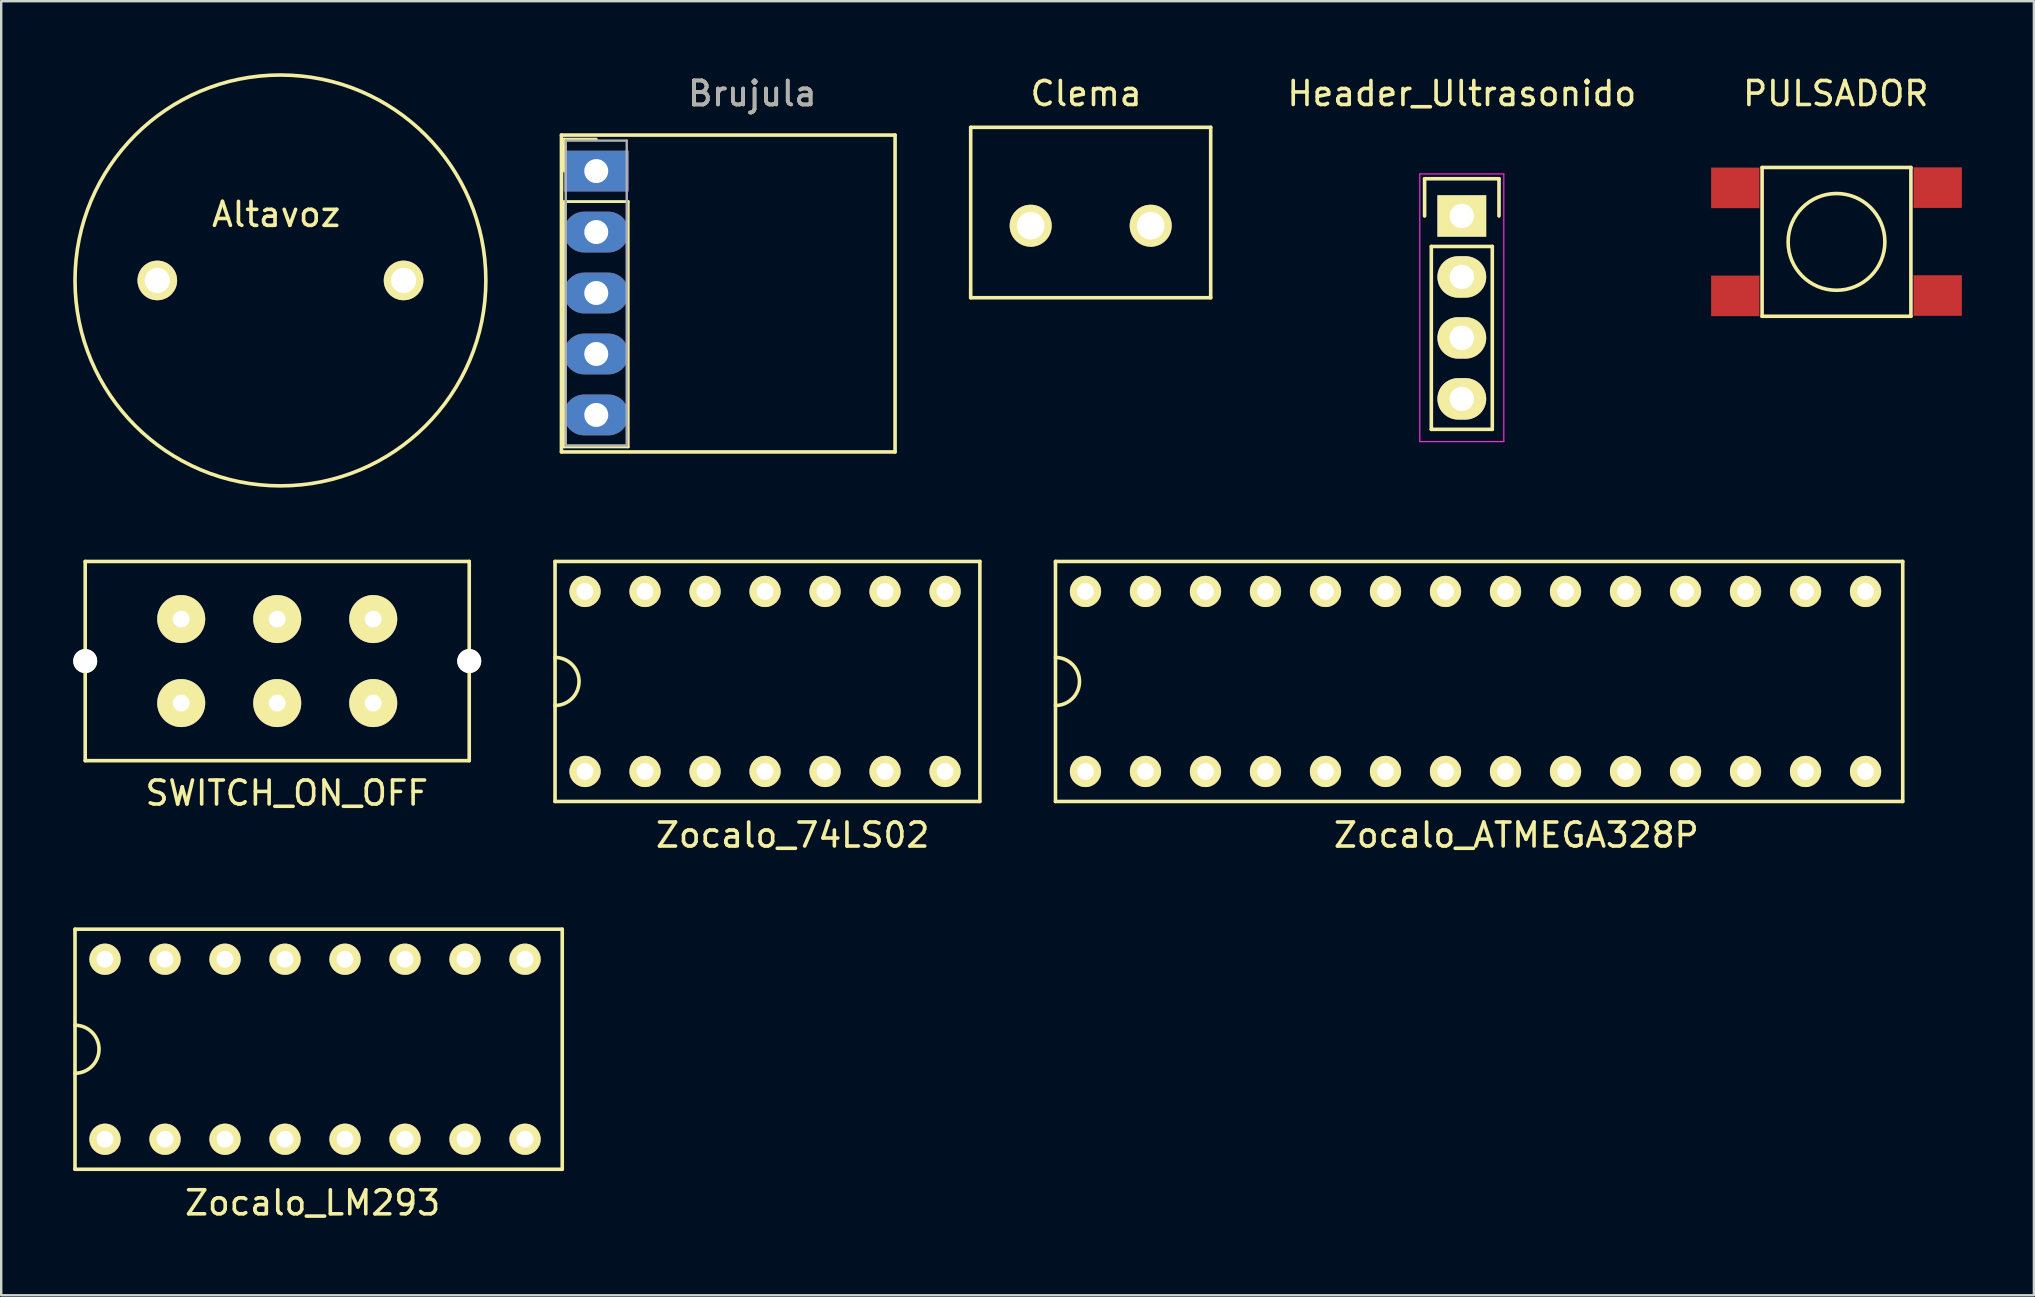
<source format=kicad_pcb>
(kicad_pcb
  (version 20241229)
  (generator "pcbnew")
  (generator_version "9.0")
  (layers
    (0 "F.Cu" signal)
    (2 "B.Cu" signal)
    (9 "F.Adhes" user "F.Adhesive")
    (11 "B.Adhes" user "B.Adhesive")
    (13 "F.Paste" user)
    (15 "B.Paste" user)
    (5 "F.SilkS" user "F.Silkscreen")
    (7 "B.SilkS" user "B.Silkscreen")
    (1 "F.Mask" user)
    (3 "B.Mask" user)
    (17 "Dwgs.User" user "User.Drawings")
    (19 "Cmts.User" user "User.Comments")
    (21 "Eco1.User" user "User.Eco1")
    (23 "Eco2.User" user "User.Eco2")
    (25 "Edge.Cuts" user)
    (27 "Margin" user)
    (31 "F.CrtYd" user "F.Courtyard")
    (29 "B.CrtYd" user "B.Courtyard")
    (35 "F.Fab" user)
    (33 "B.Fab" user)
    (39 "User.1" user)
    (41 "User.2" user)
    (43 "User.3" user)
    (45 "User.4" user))
  (footprint "Brujula"
    (layer "F.Cu")
    (at 27.292 9.178)
    (property "Reference" "Brujula" (at 1 -8.33 0) (layer "F.SilkS") (effects (font (size 1 1) (thickness 0.15))))
    (attr through_hole)
    (fp_line (start -6.95 -6.6) (end -6.95 6.6) (stroke (width 0.15) (type solid)) (layer "F.SilkS"))
    (fp_line (start -6.83 -6.43) (end -5.5 -6.43) (stroke (width 0.12) (type solid)) (layer "F.SilkS"))
    (fp_line (start -6.83 -5.1) (end -6.83 -6.43) (stroke (width 0.12) (type solid)) (layer "F.SilkS"))
    (fp_line (start -6.83 -3.83) (end -6.83 6.39) (stroke (width 0.12) (type solid)) (layer "F.SilkS"))
    (fp_line (start -6.83 6.39) (end -4.17 6.39) (stroke (width 0.12) (type solid)) (layer "F.SilkS"))
    (fp_line (start -4.17 -3.83) (end -6.83 -3.83) (stroke (width 0.12) (type solid)) (layer "F.SilkS"))
    (fp_line (start -4.17 6.39) (end -4.17 -3.83) (stroke (width 0.12) (type solid)) (layer "F.SilkS"))
    (fp_line (start 6.95 -6.6) (end -6.95 -6.6) (stroke (width 0.15) (type solid)) (layer "F.SilkS"))
    (fp_line (start 6.95 -6.6) (end 6.95 6.6) (stroke (width 0.15) (type solid)) (layer "F.SilkS"))
    (fp_line (start 6.95 6.6) (end -6.95 6.6) (stroke (width 0.15) (type solid)) (layer "F.SilkS"))
    (fp_line (start -6.77 -6.37) (end -6.77 6.33) (stroke (width 0.1) (type solid)) (layer "F.Fab"))
    (fp_line (start -6.77 6.33) (end -4.23 6.33) (stroke (width 0.1) (type solid)) (layer "F.Fab"))
    (fp_line (start -4.23 -6.37) (end -6.77 -6.37) (stroke (width 0.1) (type solid)) (layer "F.Fab"))
    (fp_line (start -4.23 6.33) (end -4.23 -6.37) (stroke (width 0.1) (type solid)) (layer "F.Fab"))
    (fp_text user "${REFERENCE}" (at 1 -8.33 0) (layer "F.Fab") (effects (font (size 1 1) (thickness 0.15))))
    (pad "1" thru_hole oval (at -5.5 5.06) (size 2.7 1.7) (drill 1) (layers "*.Cu" "*.Mask"))
    (pad "2" thru_hole oval (at -5.5 2.52) (size 2.7 1.7) (drill 1) (layers "*.Cu" "*.Mask"))
    (pad "3" thru_hole oval (at -5.5 -0.02) (size 2.7 1.7) (drill 1) (layers "*.Cu" "*.Mask"))
    (pad "4" thru_hole oval (at -5.5 -2.56) (size 2.7 1.7) (drill 1) (layers "*.Cu" "*.Mask"))
    (pad "5" thru_hole rect (at -5.5 -5.1) (size 2.7 1.7) (drill 1) (layers "*.Cu" "*.Mask")))
  (footprint "Zocalo_ATMEGA328P"
    (layer "F.Cu")
    (at 58.425 25.342)
    (property "Reference" "Zocalo_ATMEGA328P" (at 1.7 6.4 0) (layer "F.SilkS") (effects (font (size 1 1) (thickness 0.15))))
    (attr through_hole)
    (fp_line (start -17.5 -5) (end -17.5 5) (stroke (width 0.15) (type solid)) (layer "F.SilkS"))
    (fp_line (start -17.5 -5) (end 17.8 -5) (stroke (width 0.15) (type solid)) (layer "F.SilkS"))
    (fp_line (start -17.5 5) (end 17.8 5) (stroke (width 0.15) (type solid)) (layer "F.SilkS"))
    (fp_line (start 17.8 5) (end 17.8 -5) (stroke (width 0.15) (type solid)) (layer "F.SilkS"))
    (fp_arc (start -17.5 -1) (mid -16.5 0) (end -17.5 1) (stroke (width 0.15) (type solid)) (layer "F.SilkS"))
    (pad "1" thru_hole circle (at -16.25 3.75) (size 1.3 1.3) (drill 0.7) (layers "*.Cu" "*.Mask" "F.SilkS"))
    (pad "2" thru_hole circle (at -13.75 3.75) (size 1.3 1.3) (drill 0.7) (layers "*.Cu" "*.Mask" "F.SilkS"))
    (pad "3" thru_hole circle (at -11.25 3.75) (size 1.3 1.3) (drill 0.7) (layers "*.Cu" "*.Mask" "F.SilkS"))
    (pad "4" thru_hole circle (at -8.75 3.75) (size 1.3 1.3) (drill 0.7) (layers "*.Cu" "*.Mask" "F.SilkS"))
    (pad "5" thru_hole circle (at -6.25 3.75) (size 1.3 1.3) (drill 0.7) (layers "*.Cu" "*.Mask" "F.SilkS"))
    (pad "6" thru_hole circle (at -3.75 3.75) (size 1.3 1.3) (drill 0.7) (layers "*.Cu" "*.Mask" "F.SilkS"))
    (pad "7" thru_hole circle (at -1.25 3.75) (size 1.3 1.3) (drill 0.7) (layers "*.Cu" "*.Mask" "F.SilkS"))
    (pad "8" thru_hole circle (at 1.25 3.75) (size 1.3 1.3) (drill 0.7) (layers "*.Cu" "*.Mask" "F.SilkS"))
    (pad "9" thru_hole circle (at 3.75 3.75) (size 1.3 1.3) (drill 0.7) (layers "*.Cu" "*.Mask" "F.SilkS"))
    (pad "10" thru_hole circle (at 6.25 3.75) (size 1.3 1.3) (drill 0.7) (layers "*.Cu" "*.Mask" "F.SilkS"))
    (pad "11" thru_hole circle (at 8.75 3.75) (size 1.3 1.3) (drill 0.7) (layers "*.Cu" "*.Mask" "F.SilkS"))
    (pad "12" thru_hole circle (at 11.25 3.75) (size 1.3 1.3) (drill 0.7) (layers "*.Cu" "*.Mask" "F.SilkS"))
    (pad "13" thru_hole circle (at 13.75 3.75) (size 1.3 1.3) (drill 0.7) (layers "*.Cu" "*.Mask" "F.SilkS"))
    (pad "14" thru_hole circle (at 16.25 3.75) (size 1.3 1.3) (drill 0.7) (layers "*.Cu" "*.Mask" "F.SilkS"))
    (pad "15" thru_hole circle (at 16.25 -3.75) (size 1.3 1.3) (drill 0.7) (layers "*.Cu" "*.Mask" "F.SilkS"))
    (pad "16" thru_hole circle (at 13.75 -3.75) (size 1.3 1.3) (drill 0.7) (layers "*.Cu" "*.Mask" "F.SilkS"))
    (pad "17" thru_hole circle (at 11.25 -3.75) (size 1.3 1.3) (drill 0.7) (layers "*.Cu" "*.Mask" "F.SilkS"))
    (pad "18" thru_hole circle (at 8.75 -3.75) (size 1.3 1.3) (drill 0.7) (layers "*.Cu" "*.Mask" "F.SilkS"))
    (pad "19" thru_hole circle (at 6.25 -3.75) (size 1.3 1.3) (drill 0.7) (layers "*.Cu" "*.Mask" "F.SilkS"))
    (pad "20" thru_hole circle (at 3.75 -3.75) (size 1.3 1.3) (drill 0.7) (layers "*.Cu" "*.Mask" "F.SilkS"))
    (pad "21" thru_hole circle (at 1.25 -3.75) (size 1.3 1.3) (drill 0.7) (layers "*.Cu" "*.Mask" "F.SilkS"))
    (pad "22" thru_hole circle (at -1.25 -3.75) (size 1.3 1.3) (drill 0.7) (layers "*.Cu" "*.Mask" "F.SilkS"))
    (pad "23" thru_hole circle (at -3.75 -3.75) (size 1.3 1.3) (drill 0.7) (layers "*.Cu" "*.Mask" "F.SilkS"))
    (pad "24" thru_hole circle (at -6.25 -3.75) (size 1.3 1.3) (drill 0.7) (layers "*.Cu" "*.Mask" "F.SilkS"))
    (pad "25" thru_hole circle (at -8.75 -3.75) (size 1.3 1.3) (drill 0.7) (layers "*.Cu" "*.Mask" "F.SilkS"))
    (pad "26" thru_hole circle (at -11.25 -3.75) (size 1.3 1.3) (drill 0.7) (layers "*.Cu" "*.Mask" "F.SilkS"))
    (pad "27" thru_hole circle (at -13.75 -3.75) (size 1.3 1.3) (drill 0.7) (layers "*.Cu" "*.Mask" "F.SilkS"))
    (pad "28" thru_hole circle (at -16.25 -3.75) (size 1.3 1.3) (drill 0.7) (layers "*.Cu" "*.Mask" "F.SilkS")))
  (footprint "Clema"
    (layer "F.Cu")
    (at 42.392 6.355)
    (property "Reference" "Clema" (at -0.191 -5.507 0) (layer "F.SilkS") (effects (font (size 1 1) (thickness 0.15))))
    (attr through_hole)
    (fp_line (start -5 -4.1) (end -5 3) (stroke (width 0.15) (type solid)) (layer "F.SilkS"))
    (fp_line (start -5 -4.1) (end 5 -4.1) (stroke (width 0.15) (type solid)) (layer "F.SilkS"))
    (fp_line (start -5 3) (end 5 3) (stroke (width 0.15) (type solid)) (layer "F.SilkS"))
    (fp_line (start 5 -4.1) (end 5 3) (stroke (width 0.15) (type solid)) (layer "F.SilkS"))
    (pad "1" thru_hole circle (at -2.5 0) (size 1.75 1.75) (drill 1.15) (layers "*.Cu" "*.Mask" "F.SilkS"))
    (pad "2" thru_hole circle (at 2.5 0) (size 1.75 1.75) (drill 1.15) (layers "*.Cu" "*.Mask" "F.SilkS")))
  (footprint "Zocalo_74LS02"
    (layer "F.Cu")
    (at 25.075 25.342)
    (property "Reference" "Zocalo_74LS02" (at 4.9 6.4 0) (layer "F.SilkS") (effects (font (size 1 1) (thickness 0.15))))
    (attr through_hole)
    (fp_line (start -5 -5) (end -5 5) (stroke (width 0.15) (type solid)) (layer "F.SilkS"))
    (fp_line (start -5 -5) (end 12.7 -5) (stroke (width 0.15) (type solid)) (layer "F.SilkS"))
    (fp_line (start -5 5) (end 12.7 5) (stroke (width 0.15) (type solid)) (layer "F.SilkS"))
    (fp_line (start 12.7 5) (end 12.7 -5) (stroke (width 0.15) (type solid)) (layer "F.SilkS"))
    (fp_arc (start -5 -1) (mid -4 0) (end -5 1) (stroke (width 0.15) (type solid)) (layer "F.SilkS"))
    (pad "1" thru_hole circle (at -3.75 3.75) (size 1.3 1.3) (drill 0.7) (layers "*.Cu" "*.Mask" "F.SilkS"))
    (pad "2" thru_hole circle (at -1.25 3.75) (size 1.3 1.3) (drill 0.7) (layers "*.Cu" "*.Mask" "F.SilkS"))
    (pad "3" thru_hole circle (at 1.25 3.75) (size 1.3 1.3) (drill 0.7) (layers "*.Cu" "*.Mask" "F.SilkS"))
    (pad "4" thru_hole circle (at 3.75 3.75) (size 1.3 1.3) (drill 0.7) (layers "*.Cu" "*.Mask" "F.SilkS"))
    (pad "5" thru_hole circle (at 6.25 3.75) (size 1.3 1.3) (drill 0.7) (layers "*.Cu" "*.Mask" "F.SilkS"))
    (pad "6" thru_hole circle (at 8.75 3.75) (size 1.3 1.3) (drill 0.7) (layers "*.Cu" "*.Mask" "F.SilkS"))
    (pad "7" thru_hole circle (at 11.25 3.75) (size 1.3 1.3) (drill 0.7) (layers "*.Cu" "*.Mask" "F.SilkS"))
    (pad "8" thru_hole circle (at 11.25 -3.75) (size 1.3 1.3) (drill 0.7) (layers "*.Cu" "*.Mask" "F.SilkS"))
    (pad "9" thru_hole circle (at 8.75 -3.75) (size 1.3 1.3) (drill 0.7) (layers "*.Cu" "*.Mask" "F.SilkS"))
    (pad "10" thru_hole circle (at 6.25 -3.75) (size 1.3 1.3) (drill 0.7) (layers "*.Cu" "*.Mask" "F.SilkS"))
    (pad "11" thru_hole circle (at 3.75 -3.75) (size 1.3 1.3) (drill 0.7) (layers "*.Cu" "*.Mask" "F.SilkS"))
    (pad "12" thru_hole circle (at 1.25 -3.75) (size 1.3 1.3) (drill 0.7) (layers "*.Cu" "*.Mask" "F.SilkS"))
    (pad "13" thru_hole circle (at -1.25 -3.75) (size 1.3 1.3) (drill 0.7) (layers "*.Cu" "*.Mask" "F.SilkS"))
    (pad "14" thru_hole circle (at -3.75 -3.75) (size 1.3 1.3) (drill 0.7) (layers "*.Cu" "*.Mask" "F.SilkS")))
  (footprint "Header_Ultrasonido"
    (layer "F.Cu")
    (at 57.854 9.748)
    (property "Reference" "Header_Ultrasonido" (at 0 -8.9 0) (layer "F.SilkS") (effects (font (size 1 1) (thickness 0.15))))
    (attr through_hole)
    (fp_line (start -1.55 -5.35) (end 1.55 -5.35) (stroke (width 0.15) (type solid)) (layer "F.SilkS"))
    (fp_line (start -1.55 -3.8) (end -1.55 -5.35) (stroke (width 0.15) (type solid)) (layer "F.SilkS"))
    (fp_line (start -1.27 -2.53) (end -1.27 5.09) (stroke (width 0.15) (type solid)) (layer "F.SilkS"))
    (fp_line (start -1.27 5.09) (end 1.27 5.09) (stroke (width 0.15) (type solid)) (layer "F.SilkS"))
    (fp_line (start 1.27 -2.53) (end -1.27 -2.53) (stroke (width 0.15) (type solid)) (layer "F.SilkS"))
    (fp_line (start 1.27 -2.53) (end 1.27 5.09) (stroke (width 0.15) (type solid)) (layer "F.SilkS"))
    (fp_line (start 1.55 -5.35) (end 1.55 -3.8) (stroke (width 0.15) (type solid)) (layer "F.SilkS"))
    (fp_line (start -1.75 -5.55) (end -1.75 5.6) (stroke (width 0.05) (type solid)) (layer "F.CrtYd"))
    (fp_line (start -1.75 -5.55) (end 1.75 -5.55) (stroke (width 0.05) (type solid)) (layer "F.CrtYd"))
    (fp_line (start -1.75 5.6) (end 1.75 5.6) (stroke (width 0.05) (type solid)) (layer "F.CrtYd"))
    (fp_line (start 1.75 -5.55) (end 1.75 5.6) (stroke (width 0.05) (type solid)) (layer "F.CrtYd"))
    (pad "1" thru_hole oval (at 0 3.82) (size 2.032 1.727) (drill 1.016) (layers "*.Cu" "*.Mask" "F.SilkS"))
    (pad "2" thru_hole oval (at 0 1.28) (size 2.032 1.727) (drill 1.016) (layers "*.Cu" "*.Mask" "F.SilkS"))
    (pad "3" thru_hole oval (at 0 -1.26) (size 2.032 1.727) (drill 1.016) (layers "*.Cu" "*.Mask" "F.SilkS"))
    (pad "4" thru_hole rect (at 0 -3.8) (size 2.032 1.727) (drill 1.016) (layers "*.Cu" "*.Mask" "F.SilkS")))
  (footprint "SWITCH_ON_OFF"
    (layer "F.Cu")
    (at 8.5 24.492)
    (property "Reference" "SWITCH_ON_OFF" (at 0.4 5.5 0) (layer "F.SilkS") (effects (font (size 1 1) (thickness 0.15))))
    (attr through_hole)
    (fp_line (start -8 -4.15) (end -8 4.15) (stroke (width 0.15) (type solid)) (layer "F.SilkS"))
    (fp_line (start -8 -4.15) (end 8 -4.15) (stroke (width 0.15) (type solid)) (layer "F.SilkS"))
    (fp_line (start -8 4.15) (end 8 4.15) (stroke (width 0.15) (type solid)) (layer "F.SilkS"))
    (fp_line (start 8 -4.15) (end 8 4.15) (stroke (width 0.15) (type solid)) (layer "F.SilkS"))
    (pad "" np_thru_hole circle (at -8 0) (size 1 1) (drill 1) (layers "*.Cu" "*.Mask" "F.SilkS"))
    (pad "" np_thru_hole circle (at 8 0) (size 1 1) (drill 1) (layers "*.Cu" "*.Mask" "F.SilkS"))
    (pad "1" thru_hole circle (at -4 -1.75) (size 2 2) (drill 0.7) (layers "*.Cu" "*.Mask" "F.SilkS"))
    (pad "2" thru_hole circle (at -4 1.75) (size 2 2) (drill 0.7) (layers "*.Cu" "*.Mask" "F.SilkS"))
    (pad "3" thru_hole circle (at 0 -1.75) (size 2 2) (drill 0.7) (layers "*.Cu" "*.Mask" "F.SilkS"))
    (pad "4" thru_hole circle (at 0 1.75) (size 2 2) (drill 0.7) (layers "*.Cu" "*.Mask" "F.SilkS"))
    (pad "5" thru_hole circle (at 4 -1.75) (size 2 2) (drill 0.7) (layers "*.Cu" "*.Mask" "F.SilkS"))
    (pad "6" thru_hole circle (at 4 1.75) (size 2 2) (drill 0.7) (layers "*.Cu" "*.Mask" "F.SilkS")))
  (footprint "Altavoz"
    (layer "F.Cu")
    (at 8.634 8.634)
    (property "Reference" "Altavoz" (at -0.178 -2.751 0) (layer "F.SilkS") (effects (font (size 1 1) (thickness 0.15))))
    (attr through_hole)
    (fp_circle (center 0 0) (end 8.5 1) (stroke (width 0.15) (type solid)) (fill no) (layer "F.SilkS"))
    (pad "1" thru_hole circle (at -5.13 0) (size 1.65 1.65) (drill 1.05) (layers "*.Cu" "*.Mask" "F.SilkS"))
    (pad "2" thru_hole circle (at 5.13 0) (size 1.65 1.65) (drill 1.05) (layers "*.Cu" "*.Mask" "F.SilkS")))
  (footprint "PULSADOR"
    (layer "F.Cu")
    (at 73.465 7.028)
    (property "Reference" "PULSADOR" (at -0.03 -6.18 0) (layer "F.SilkS") (effects (font (size 1 1) (thickness 0.15))))
    (attr through_hole)
    (fp_line (start -3.1 -3.1) (end 3.1 -3.1) (stroke (width 0.15) (type solid)) (layer "F.SilkS"))
    (fp_line (start -3.1 3.1) (end -3.1 -3.1) (stroke (width 0.15) (type solid)) (layer "F.SilkS"))
    (fp_line (start 3.1 3.1) (end -3.1 3.1) (stroke (width 0.15) (type solid)) (layer "F.SilkS"))
    (fp_line (start 3.1 3.1) (end 3.1 -3.1) (stroke (width 0.15) (type solid)) (layer "F.SilkS"))
    (fp_circle (center 0 0) (end 1.75 1) (stroke (width 0.15) (type solid)) (fill no) (layer "F.SilkS"))
    (pad "1" smd rect (at -4.216 -2.25) (size 2.015 1.69) (layers "F.Cu" "F.Mask" "F.Paste"))
    (pad "1" smd rect (at 4.216 -2.261) (size 2.015 1.69) (layers "F.Cu" "F.Mask" "F.Paste"))
    (pad "2" smd rect (at -4.216 2.25) (size 2.015 1.69) (layers "F.Cu" "F.Mask" "F.Paste"))
    (pad "2" smd rect (at 4.216 2.235) (size 2.015 1.69) (layers "F.Cu" "F.Mask" "F.Paste")))
  (footprint "Zocalo_LM293"
    (layer "F.Cu")
    (at 5.075 40.665)
    (property "Reference" "Zocalo_LM293" (at 4.9 6.4 0) (layer "F.SilkS") (effects (font (size 1 1) (thickness 0.15))))
    (attr through_hole)
    (fp_line (start -5 -5) (end -5 5) (stroke (width 0.15) (type solid)) (layer "F.SilkS"))
    (fp_line (start -5 -5) (end 15.3 -5) (stroke (width 0.15) (type solid)) (layer "F.SilkS"))
    (fp_line (start -5 5) (end 15.3 5) (stroke (width 0.15) (type solid)) (layer "F.SilkS"))
    (fp_line (start 15.3 5) (end 15.3 -5) (stroke (width 0.15) (type solid)) (layer "F.SilkS"))
    (fp_arc (start -5 -1) (mid -4 0) (end -5 1) (stroke (width 0.15) (type solid)) (layer "F.SilkS"))
    (pad "1" thru_hole circle (at -3.75 3.75) (size 1.3 1.3) (drill 0.7) (layers "*.Cu" "*.Mask" "F.SilkS"))
    (pad "2" thru_hole circle (at -1.25 3.75) (size 1.3 1.3) (drill 0.7) (layers "*.Cu" "*.Mask" "F.SilkS"))
    (pad "3" thru_hole circle (at 1.25 3.75) (size 1.3 1.3) (drill 0.7) (layers "*.Cu" "*.Mask" "F.SilkS"))
    (pad "4" thru_hole circle (at 3.75 3.75) (size 1.3 1.3) (drill 0.7) (layers "*.Cu" "*.Mask" "F.SilkS"))
    (pad "5" thru_hole circle (at 6.25 3.75) (size 1.3 1.3) (drill 0.7) (layers "*.Cu" "*.Mask" "F.SilkS"))
    (pad "6" thru_hole circle (at 8.75 3.75) (size 1.3 1.3) (drill 0.7) (layers "*.Cu" "*.Mask" "F.SilkS"))
    (pad "7" thru_hole circle (at 11.25 3.75) (size 1.3 1.3) (drill 0.7) (layers "*.Cu" "*.Mask" "F.SilkS"))
    (pad "8" thru_hole circle (at 13.75 3.75) (size 1.3 1.3) (drill 0.7) (layers "*.Cu" "*.Mask" "F.SilkS"))
    (pad "9" thru_hole circle (at 13.75 -3.75) (size 1.3 1.3) (drill 0.7) (layers "*.Cu" "*.Mask" "F.SilkS"))
    (pad "10" thru_hole circle (at 11.25 -3.75) (size 1.3 1.3) (drill 0.7) (layers "*.Cu" "*.Mask" "F.SilkS"))
    (pad "11" thru_hole circle (at 8.75 -3.75) (size 1.3 1.3) (drill 0.7) (layers "*.Cu" "*.Mask" "F.SilkS"))
    (pad "12" thru_hole circle (at 6.25 -3.75) (size 1.3 1.3) (drill 0.7) (layers "*.Cu" "*.Mask" "F.SilkS"))
    (pad "13" thru_hole circle (at 3.75 -3.75) (size 1.3 1.3) (drill 0.7) (layers "*.Cu" "*.Mask" "F.SilkS"))
    (pad "14" thru_hole circle (at 1.25 -3.75) (size 1.3 1.3) (drill 0.7) (layers "*.Cu" "*.Mask" "F.SilkS"))
    (pad "15" thru_hole circle (at -1.25 -3.75) (size 1.3 1.3) (drill 0.7) (layers "*.Cu" "*.Mask" "F.SilkS"))
    (pad "16" thru_hole circle (at -3.75 -3.75) (size 1.3 1.3) (drill 0.7) (layers "*.Cu" "*.Mask" "F.SilkS")))
  (gr_rect
    (start -3 -3)
    (end 81.689 50.914)
    (stroke (width 0.1) (type default))
    (fill no)
    (layer "Edge.Cuts")))
</source>
